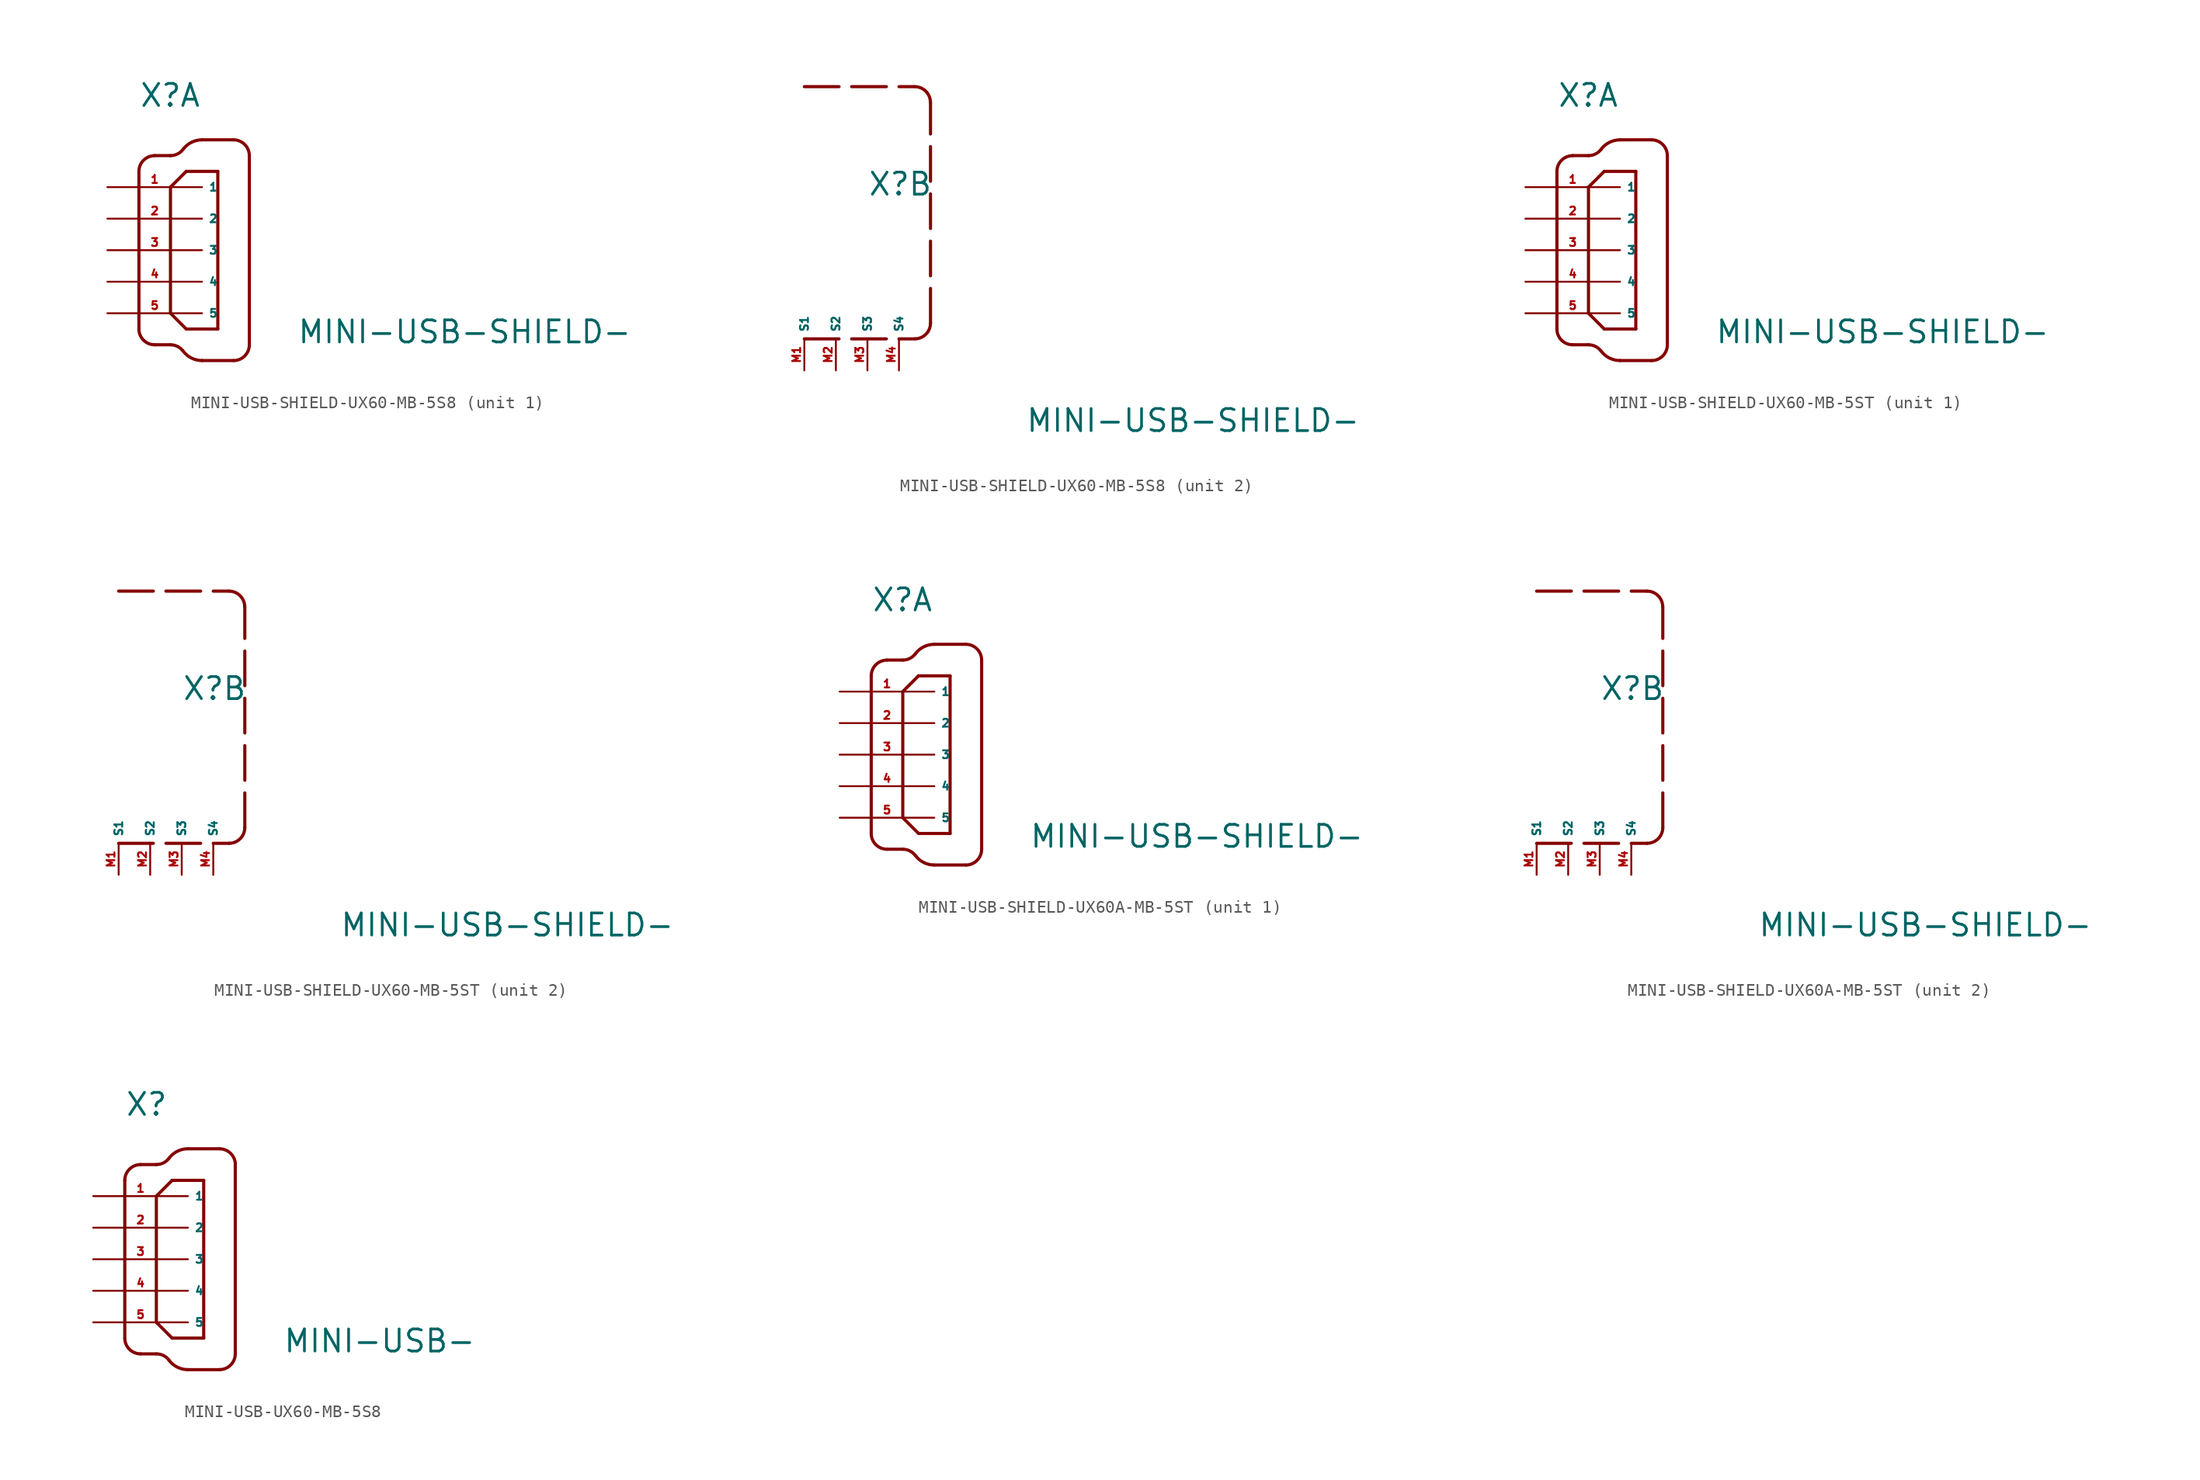
<source format=kicad_sym>
(kicad_symbol_lib
  (version 20220914)
  (generator Eagle2Kicad)
  (symbol "MINI-USB-SHIELD-UX60-MB-5S8"
    (property "Reference" "X"
      (at -2.54 11.43 0)
      (effects (font (size 1.778 1.778) (thickness 0.22)) (justify left bottom)))
    (property "Value" "MINI-USB-SHIELD-"
      (at 10.16 -7.62 0)
      (effects (font (size 1.778 1.778) (thickness 0.22)) (justify left bottom)))
    (symbol "MINI-USB-SHIELD-UX60-MB-5S8_1_0"
      (polyline (pts (xy -2.54 6.35) (xy -2.54 -6.35)) (stroke (width 0.254) (type default)) (fill (type none)))
      (arc (start -2.54 -6.35) (mid -2.168 -7.248) (end -1.27 -7.62) (stroke (width 0.254) (type default)) (fill (type none)))
      (polyline (pts (xy -1.27 -7.62) (xy 0 -7.62)) (stroke (width 0.254) (type default)) (fill (type none)))
      (arc (start 1.016 -8.128) (mid 0.568 -7.754) (end 0 -7.62) (stroke (width 0.254) (type default)) (fill (type none)))
      (arc (start 1.016 -8.128) (mid 1.688 -8.689) (end 2.54 -8.89) (stroke (width 0.254) (type default)) (fill (type none)))
      (polyline (pts (xy 2.54 -8.89) (xy 5.08 -8.89)) (stroke (width 0.254) (type default)) (fill (type none)))
      (arc (start 5.08 -8.89) (mid 5.978 -8.518) (end 6.35 -7.62) (stroke (width 0.254) (type default)) (fill (type none)))
      (polyline (pts (xy 6.35 -7.62) (xy 6.35 7.62)) (stroke (width 0.254) (type default)) (fill (type none)))
      (arc (start -1.27 7.62) (mid -2.168 7.248) (end -2.54 6.35) (stroke (width 0.254) (type default)) (fill (type none)))
      (polyline (pts (xy -1.27 7.62) (xy 0 7.62)) (stroke (width 0.254) (type default)) (fill (type none)))
      (arc (start 0 7.62) (mid 0.568 7.754) (end 1.016 8.128) (stroke (width 0.254) (type default)) (fill (type none)))
      (arc (start 2.54 8.89) (mid 1.688 8.689) (end 1.016 8.128) (stroke (width 0.254) (type default)) (fill (type none)))
      (polyline (pts (xy 2.54 8.89) (xy 5.08 8.89)) (stroke (width 0.254) (type default)) (fill (type none)))
      (arc (start 6.35 7.62) (mid 5.978 8.518) (end 5.08 8.89) (stroke (width 0.254) (type default)) (fill (type none)))
      (polyline (pts (xy 0 5.08) (xy 0 -5.08)) (stroke (width 0.254) (type default)) (fill (type none)))
      (polyline (pts (xy 0 -5.08) (xy 1.27 -6.35)) (stroke (width 0.254) (type default)) (fill (type none)))
      (polyline (pts (xy 1.27 -6.35) (xy 3.81 -6.35)) (stroke (width 0.254) (type default)) (fill (type none)))
      (polyline (pts (xy 3.81 -6.35) (xy 3.81 6.35)) (stroke (width 0.254) (type default)) (fill (type none)))
      (polyline (pts (xy 3.81 6.35) (xy 1.27 6.35)) (stroke (width 0.254) (type default)) (fill (type none)))
      (polyline (pts (xy 1.27 6.35) (xy 0 5.08)) (stroke (width 0.254) (type default)) (fill (type none)))
      (pin input line (at -5.08 5.08 0) (length 7.62) (name "1" (effects (font (size 0.635 0.635) (thickness 0.08)) (justify left bottom))) (number "1" (effects (font (size 0.635 0.635) (thickness 0.08)) (justify left bottom))))
      (pin input line (at -5.08 2.54 0) (length 7.62) (name "2" (effects (font (size 0.635 0.635) (thickness 0.08)) (justify left bottom))) (number "2" (effects (font (size 0.635 0.635) (thickness 0.08)) (justify left bottom))))
      (pin input line (at -5.08 0 0) (length 7.62) (name "3" (effects (font (size 0.635 0.635) (thickness 0.08)) (justify left bottom))) (number "3" (effects (font (size 0.635 0.635) (thickness 0.08)) (justify left bottom))))
      (pin input line (at -5.08 -2.54 0) (length 7.62) (name "4" (effects (font (size 0.635 0.635) (thickness 0.08)) (justify left bottom))) (number "4" (effects (font (size 0.635 0.635) (thickness 0.08)) (justify left bottom))))
      (pin input line (at -5.08 -5.08 0) (length 7.62) (name "5" (effects (font (size 0.635 0.635) (thickness 0.08)) (justify left bottom))) (number "5" (effects (font (size 0.635 0.635) (thickness 0.08)) (justify left bottom)))))
    (symbol "MINI-USB-SHIELD-UX60-MB-5S8_2_0"
      (polyline (pts (xy -7.62 0) (xy 1.27 0)) (stroke (width 0.254) (type dash)) (fill (type none)))
      (arc (start 1.27 0) (mid 2.168 0.372) (end 2.54 1.27) (stroke (width 0.254) (type dash)) (fill (type none)))
      (polyline (pts (xy 2.54 1.27) (xy 2.54 19.05)) (stroke (width 0.254) (type dash)) (fill (type none)))
      (polyline (pts (xy -7.62 20.32) (xy 1.27 20.32)) (stroke (width 0.254) (type dash)) (fill (type none)))
      (arc (start 2.54 19.05) (mid 2.168 19.948) (end 1.27 20.32) (stroke (width 0.254) (type dash)) (fill (type none)))
      (pin passive line (at -7.62 -2.54 90) (length 2.54) (name "S1" (effects (font (size 0.635 0.635) (thickness 0.08)) (justify left bottom))) (number "M1" (effects (font (size 0.635 0.635) (thickness 0.08)) (justify left bottom))))
      (pin passive line (at -5.08 -2.54 90) (length 2.54) (name "S2" (effects (font (size 0.635 0.635) (thickness 0.08)) (justify left bottom))) (number "M2" (effects (font (size 0.635 0.635) (thickness 0.08)) (justify left bottom))))
      (pin passive line (at -2.54 -2.54 90) (length 2.54) (name "S3" (effects (font (size 0.635 0.635) (thickness 0.08)) (justify left bottom))) (number "M3" (effects (font (size 0.635 0.635) (thickness 0.08)) (justify left bottom))))
      (pin passive line (at 0 -2.54 90) (length 2.54) (name "S4" (effects (font (size 0.635 0.635) (thickness 0.08)) (justify left bottom))) (number "M4" (effects (font (size 0.635 0.635) (thickness 0.08)) (justify left bottom))))))
  (symbol "MINI-USB-SHIELD-UX60-MB-5ST"
    (property "Reference" "X"
      (at -2.54 11.43 0)
      (effects (font (size 1.778 1.778) (thickness 0.22)) (justify left bottom)))
    (property "Value" "MINI-USB-SHIELD-"
      (at 10.16 -7.62 0)
      (effects (font (size 1.778 1.778) (thickness 0.22)) (justify left bottom)))
    (symbol "MINI-USB-SHIELD-UX60-MB-5ST_1_0"
      (polyline (pts (xy -2.54 6.35) (xy -2.54 -6.35)) (stroke (width 0.254) (type default)) (fill (type none)))
      (arc (start -2.54 -6.35) (mid -2.168 -7.248) (end -1.27 -7.62) (stroke (width 0.254) (type default)) (fill (type none)))
      (polyline (pts (xy -1.27 -7.62) (xy 0 -7.62)) (stroke (width 0.254) (type default)) (fill (type none)))
      (arc (start 1.016 -8.128) (mid 0.568 -7.754) (end 0 -7.62) (stroke (width 0.254) (type default)) (fill (type none)))
      (arc (start 1.016 -8.128) (mid 1.688 -8.689) (end 2.54 -8.89) (stroke (width 0.254) (type default)) (fill (type none)))
      (polyline (pts (xy 2.54 -8.89) (xy 5.08 -8.89)) (stroke (width 0.254) (type default)) (fill (type none)))
      (arc (start 5.08 -8.89) (mid 5.978 -8.518) (end 6.35 -7.62) (stroke (width 0.254) (type default)) (fill (type none)))
      (polyline (pts (xy 6.35 -7.62) (xy 6.35 7.62)) (stroke (width 0.254) (type default)) (fill (type none)))
      (arc (start -1.27 7.62) (mid -2.168 7.248) (end -2.54 6.35) (stroke (width 0.254) (type default)) (fill (type none)))
      (polyline (pts (xy -1.27 7.62) (xy 0 7.62)) (stroke (width 0.254) (type default)) (fill (type none)))
      (arc (start 0 7.62) (mid 0.568 7.754) (end 1.016 8.128) (stroke (width 0.254) (type default)) (fill (type none)))
      (arc (start 2.54 8.89) (mid 1.688 8.689) (end 1.016 8.128) (stroke (width 0.254) (type default)) (fill (type none)))
      (polyline (pts (xy 2.54 8.89) (xy 5.08 8.89)) (stroke (width 0.254) (type default)) (fill (type none)))
      (arc (start 6.35 7.62) (mid 5.978 8.518) (end 5.08 8.89) (stroke (width 0.254) (type default)) (fill (type none)))
      (polyline (pts (xy 0 5.08) (xy 0 -5.08)) (stroke (width 0.254) (type default)) (fill (type none)))
      (polyline (pts (xy 0 -5.08) (xy 1.27 -6.35)) (stroke (width 0.254) (type default)) (fill (type none)))
      (polyline (pts (xy 1.27 -6.35) (xy 3.81 -6.35)) (stroke (width 0.254) (type default)) (fill (type none)))
      (polyline (pts (xy 3.81 -6.35) (xy 3.81 6.35)) (stroke (width 0.254) (type default)) (fill (type none)))
      (polyline (pts (xy 3.81 6.35) (xy 1.27 6.35)) (stroke (width 0.254) (type default)) (fill (type none)))
      (polyline (pts (xy 1.27 6.35) (xy 0 5.08)) (stroke (width 0.254) (type default)) (fill (type none)))
      (pin input line (at -5.08 5.08 0) (length 7.62) (name "1" (effects (font (size 0.635 0.635) (thickness 0.08)) (justify left bottom))) (number "1" (effects (font (size 0.635 0.635) (thickness 0.08)) (justify left bottom))))
      (pin input line (at -5.08 2.54 0) (length 7.62) (name "2" (effects (font (size 0.635 0.635) (thickness 0.08)) (justify left bottom))) (number "2" (effects (font (size 0.635 0.635) (thickness 0.08)) (justify left bottom))))
      (pin input line (at -5.08 0 0) (length 7.62) (name "3" (effects (font (size 0.635 0.635) (thickness 0.08)) (justify left bottom))) (number "3" (effects (font (size 0.635 0.635) (thickness 0.08)) (justify left bottom))))
      (pin input line (at -5.08 -2.54 0) (length 7.62) (name "4" (effects (font (size 0.635 0.635) (thickness 0.08)) (justify left bottom))) (number "4" (effects (font (size 0.635 0.635) (thickness 0.08)) (justify left bottom))))
      (pin input line (at -5.08 -5.08 0) (length 7.62) (name "5" (effects (font (size 0.635 0.635) (thickness 0.08)) (justify left bottom))) (number "5" (effects (font (size 0.635 0.635) (thickness 0.08)) (justify left bottom)))))
    (symbol "MINI-USB-SHIELD-UX60-MB-5ST_2_0"
      (polyline (pts (xy -7.62 0) (xy 1.27 0)) (stroke (width 0.254) (type dash)) (fill (type none)))
      (arc (start 1.27 0) (mid 2.168 0.372) (end 2.54 1.27) (stroke (width 0.254) (type dash)) (fill (type none)))
      (polyline (pts (xy 2.54 1.27) (xy 2.54 19.05)) (stroke (width 0.254) (type dash)) (fill (type none)))
      (polyline (pts (xy -7.62 20.32) (xy 1.27 20.32)) (stroke (width 0.254) (type dash)) (fill (type none)))
      (arc (start 2.54 19.05) (mid 2.168 19.948) (end 1.27 20.32) (stroke (width 0.254) (type dash)) (fill (type none)))
      (pin passive line (at -7.62 -2.54 90) (length 2.54) (name "S1" (effects (font (size 0.635 0.635) (thickness 0.08)) (justify left bottom))) (number "M1" (effects (font (size 0.635 0.635) (thickness 0.08)) (justify left bottom))))
      (pin passive line (at -5.08 -2.54 90) (length 2.54) (name "S2" (effects (font (size 0.635 0.635) (thickness 0.08)) (justify left bottom))) (number "M2" (effects (font (size 0.635 0.635) (thickness 0.08)) (justify left bottom))))
      (pin passive line (at -2.54 -2.54 90) (length 2.54) (name "S3" (effects (font (size 0.635 0.635) (thickness 0.08)) (justify left bottom))) (number "M3" (effects (font (size 0.635 0.635) (thickness 0.08)) (justify left bottom))))
      (pin passive line (at 0 -2.54 90) (length 2.54) (name "S4" (effects (font (size 0.635 0.635) (thickness 0.08)) (justify left bottom))) (number "M4" (effects (font (size 0.635 0.635) (thickness 0.08)) (justify left bottom))))))
  (symbol "MINI-USB-SHIELD-UX60A-MB-5ST"
    (property "Reference" "X"
      (at -2.54 11.43 0)
      (effects (font (size 1.778 1.778) (thickness 0.22)) (justify left bottom)))
    (property "Value" "MINI-USB-SHIELD-"
      (at 10.16 -7.62 0)
      (effects (font (size 1.778 1.778) (thickness 0.22)) (justify left bottom)))
    (symbol "MINI-USB-SHIELD-UX60A-MB-5ST_1_0"
      (polyline (pts (xy -2.54 6.35) (xy -2.54 -6.35)) (stroke (width 0.254) (type default)) (fill (type none)))
      (arc (start -2.54 -6.35) (mid -2.168 -7.248) (end -1.27 -7.62) (stroke (width 0.254) (type default)) (fill (type none)))
      (polyline (pts (xy -1.27 -7.62) (xy 0 -7.62)) (stroke (width 0.254) (type default)) (fill (type none)))
      (arc (start 1.016 -8.128) (mid 0.568 -7.754) (end 0 -7.62) (stroke (width 0.254) (type default)) (fill (type none)))
      (arc (start 1.016 -8.128) (mid 1.688 -8.689) (end 2.54 -8.89) (stroke (width 0.254) (type default)) (fill (type none)))
      (polyline (pts (xy 2.54 -8.89) (xy 5.08 -8.89)) (stroke (width 0.254) (type default)) (fill (type none)))
      (arc (start 5.08 -8.89) (mid 5.978 -8.518) (end 6.35 -7.62) (stroke (width 0.254) (type default)) (fill (type none)))
      (polyline (pts (xy 6.35 -7.62) (xy 6.35 7.62)) (stroke (width 0.254) (type default)) (fill (type none)))
      (arc (start -1.27 7.62) (mid -2.168 7.248) (end -2.54 6.35) (stroke (width 0.254) (type default)) (fill (type none)))
      (polyline (pts (xy -1.27 7.62) (xy 0 7.62)) (stroke (width 0.254) (type default)) (fill (type none)))
      (arc (start 0 7.62) (mid 0.568 7.754) (end 1.016 8.128) (stroke (width 0.254) (type default)) (fill (type none)))
      (arc (start 2.54 8.89) (mid 1.688 8.689) (end 1.016 8.128) (stroke (width 0.254) (type default)) (fill (type none)))
      (polyline (pts (xy 2.54 8.89) (xy 5.08 8.89)) (stroke (width 0.254) (type default)) (fill (type none)))
      (arc (start 6.35 7.62) (mid 5.978 8.518) (end 5.08 8.89) (stroke (width 0.254) (type default)) (fill (type none)))
      (polyline (pts (xy 0 5.08) (xy 0 -5.08)) (stroke (width 0.254) (type default)) (fill (type none)))
      (polyline (pts (xy 0 -5.08) (xy 1.27 -6.35)) (stroke (width 0.254) (type default)) (fill (type none)))
      (polyline (pts (xy 1.27 -6.35) (xy 3.81 -6.35)) (stroke (width 0.254) (type default)) (fill (type none)))
      (polyline (pts (xy 3.81 -6.35) (xy 3.81 6.35)) (stroke (width 0.254) (type default)) (fill (type none)))
      (polyline (pts (xy 3.81 6.35) (xy 1.27 6.35)) (stroke (width 0.254) (type default)) (fill (type none)))
      (polyline (pts (xy 1.27 6.35) (xy 0 5.08)) (stroke (width 0.254) (type default)) (fill (type none)))
      (pin input line (at -5.08 5.08 0) (length 7.62) (name "1" (effects (font (size 0.635 0.635) (thickness 0.08)) (justify left bottom))) (number "1" (effects (font (size 0.635 0.635) (thickness 0.08)) (justify left bottom))))
      (pin input line (at -5.08 2.54 0) (length 7.62) (name "2" (effects (font (size 0.635 0.635) (thickness 0.08)) (justify left bottom))) (number "2" (effects (font (size 0.635 0.635) (thickness 0.08)) (justify left bottom))))
      (pin input line (at -5.08 0 0) (length 7.62) (name "3" (effects (font (size 0.635 0.635) (thickness 0.08)) (justify left bottom))) (number "3" (effects (font (size 0.635 0.635) (thickness 0.08)) (justify left bottom))))
      (pin input line (at -5.08 -2.54 0) (length 7.62) (name "4" (effects (font (size 0.635 0.635) (thickness 0.08)) (justify left bottom))) (number "4" (effects (font (size 0.635 0.635) (thickness 0.08)) (justify left bottom))))
      (pin input line (at -5.08 -5.08 0) (length 7.62) (name "5" (effects (font (size 0.635 0.635) (thickness 0.08)) (justify left bottom))) (number "5" (effects (font (size 0.635 0.635) (thickness 0.08)) (justify left bottom)))))
    (symbol "MINI-USB-SHIELD-UX60A-MB-5ST_2_0"
      (polyline (pts (xy -7.62 0) (xy 1.27 0)) (stroke (width 0.254) (type dash)) (fill (type none)))
      (arc (start 1.27 0) (mid 2.168 0.372) (end 2.54 1.27) (stroke (width 0.254) (type dash)) (fill (type none)))
      (polyline (pts (xy 2.54 1.27) (xy 2.54 19.05)) (stroke (width 0.254) (type dash)) (fill (type none)))
      (polyline (pts (xy -7.62 20.32) (xy 1.27 20.32)) (stroke (width 0.254) (type dash)) (fill (type none)))
      (arc (start 2.54 19.05) (mid 2.168 19.948) (end 1.27 20.32) (stroke (width 0.254) (type dash)) (fill (type none)))
      (pin passive line (at -7.62 -2.54 90) (length 2.54) (name "S1" (effects (font (size 0.635 0.635) (thickness 0.08)) (justify left bottom))) (number "M1" (effects (font (size 0.635 0.635) (thickness 0.08)) (justify left bottom))))
      (pin passive line (at -5.08 -2.54 90) (length 2.54) (name "S2" (effects (font (size 0.635 0.635) (thickness 0.08)) (justify left bottom))) (number "M2" (effects (font (size 0.635 0.635) (thickness 0.08)) (justify left bottom))))
      (pin passive line (at -2.54 -2.54 90) (length 2.54) (name "S3" (effects (font (size 0.635 0.635) (thickness 0.08)) (justify left bottom))) (number "M3" (effects (font (size 0.635 0.635) (thickness 0.08)) (justify left bottom))))
      (pin passive line (at 0 -2.54 90) (length 2.54) (name "S4" (effects (font (size 0.635 0.635) (thickness 0.08)) (justify left bottom))) (number "M4" (effects (font (size 0.635 0.635) (thickness 0.08)) (justify left bottom))))))
  (symbol "MINI-USB-UX60-MB-5S8"
    (property "Reference" "X"
      (at -2.54 11.43 0)
      (effects (font (size 1.778 1.778) (thickness 0.22)) (justify left bottom)))
    (property "Value" "MINI-USB-"
      (at 10.16 -7.62 0)
      (effects (font (size 1.778 1.778) (thickness 0.22)) (justify left bottom)))
    (polyline
      (pts (xy -2.54 6.35) (xy -2.54 -6.35))
      (stroke (width 0.254) (type default))
      (fill (type none)))
    (arc
      (start -2.54 -6.35)
      (mid -2.168 -7.248)
      (end -1.27 -7.62)
      (stroke (width 0.254) (type default))
      (fill (type none)))
    (polyline
      (pts (xy -1.27 -7.62) (xy 0 -7.62))
      (stroke (width 0.254) (type default))
      (fill (type none)))
    (arc
      (start 1.016 -8.128)
      (mid 0.568 -7.754)
      (end 0 -7.62)
      (stroke (width 0.254) (type default))
      (fill (type none)))
    (arc
      (start 1.016 -8.128)
      (mid 1.688 -8.689)
      (end 2.54 -8.89)
      (stroke (width 0.254) (type default))
      (fill (type none)))
    (polyline
      (pts (xy 2.54 -8.89) (xy 5.08 -8.89))
      (stroke (width 0.254) (type default))
      (fill (type none)))
    (arc
      (start 5.08 -8.89)
      (mid 5.978 -8.518)
      (end 6.35 -7.62)
      (stroke (width 0.254) (type default))
      (fill (type none)))
    (polyline
      (pts (xy 6.35 -7.62) (xy 6.35 7.62))
      (stroke (width 0.254) (type default))
      (fill (type none)))
    (arc
      (start -1.27 7.62)
      (mid -2.168 7.248)
      (end -2.54 6.35)
      (stroke (width 0.254) (type default))
      (fill (type none)))
    (polyline
      (pts (xy -1.27 7.62) (xy 0 7.62))
      (stroke (width 0.254) (type default))
      (fill (type none)))
    (arc
      (start 0 7.62)
      (mid 0.568 7.754)
      (end 1.016 8.128)
      (stroke (width 0.254) (type default))
      (fill (type none)))
    (arc
      (start 2.54 8.89)
      (mid 1.688 8.689)
      (end 1.016 8.128)
      (stroke (width 0.254) (type default))
      (fill (type none)))
    (polyline
      (pts (xy 2.54 8.89) (xy 5.08 8.89))
      (stroke (width 0.254) (type default))
      (fill (type none)))
    (arc
      (start 6.35 7.62)
      (mid 5.978 8.518)
      (end 5.08 8.89)
      (stroke (width 0.254) (type default))
      (fill (type none)))
    (polyline
      (pts (xy 0 5.08) (xy 0 -5.08))
      (stroke (width 0.254) (type default))
      (fill (type none)))
    (polyline
      (pts (xy 0 -5.08) (xy 1.27 -6.35))
      (stroke (width 0.254) (type default))
      (fill (type none)))
    (polyline
      (pts (xy 1.27 -6.35) (xy 3.81 -6.35))
      (stroke (width 0.254) (type default))
      (fill (type none)))
    (polyline
      (pts (xy 3.81 -6.35) (xy 3.81 6.35))
      (stroke (width 0.254) (type default))
      (fill (type none)))
    (polyline
      (pts (xy 3.81 6.35) (xy 1.27 6.35))
      (stroke (width 0.254) (type default))
      (fill (type none)))
    (polyline
      (pts (xy 1.27 6.35) (xy 0 5.08))
      (stroke (width 0.254) (type default))
      (fill (type none)))
    (pin input line
      (at -5.08 5.08 0)
      (length 7.62)
      (name "1" (effects (font (size 0.635 0.635) (thickness 0.08)) (justify left bottom)))
      (number "1" (effects (font (size 0.635 0.635) (thickness 0.08)) (justify left bottom))))
    (pin input line
      (at -5.08 2.54 0)
      (length 7.62)
      (name "2" (effects (font (size 0.635 0.635) (thickness 0.08)) (justify left bottom)))
      (number "2" (effects (font (size 0.635 0.635) (thickness 0.08)) (justify left bottom))))
    (pin input line
      (at -5.08 0 0)
      (length 7.62)
      (name "3" (effects (font (size 0.635 0.635) (thickness 0.08)) (justify left bottom)))
      (number "3" (effects (font (size 0.635 0.635) (thickness 0.08)) (justify left bottom))))
    (pin input line
      (at -5.08 -2.54 0)
      (length 7.62)
      (name "4" (effects (font (size 0.635 0.635) (thickness 0.08)) (justify left bottom)))
      (number "4" (effects (font (size 0.635 0.635) (thickness 0.08)) (justify left bottom))))
    (pin input line
      (at -5.08 -5.08 0)
      (length 7.62)
      (name "5" (effects (font (size 0.635 0.635) (thickness 0.08)) (justify left bottom)))
      (number "5" (effects (font (size 0.635 0.635) (thickness 0.08)) (justify left bottom))))))
</source>
